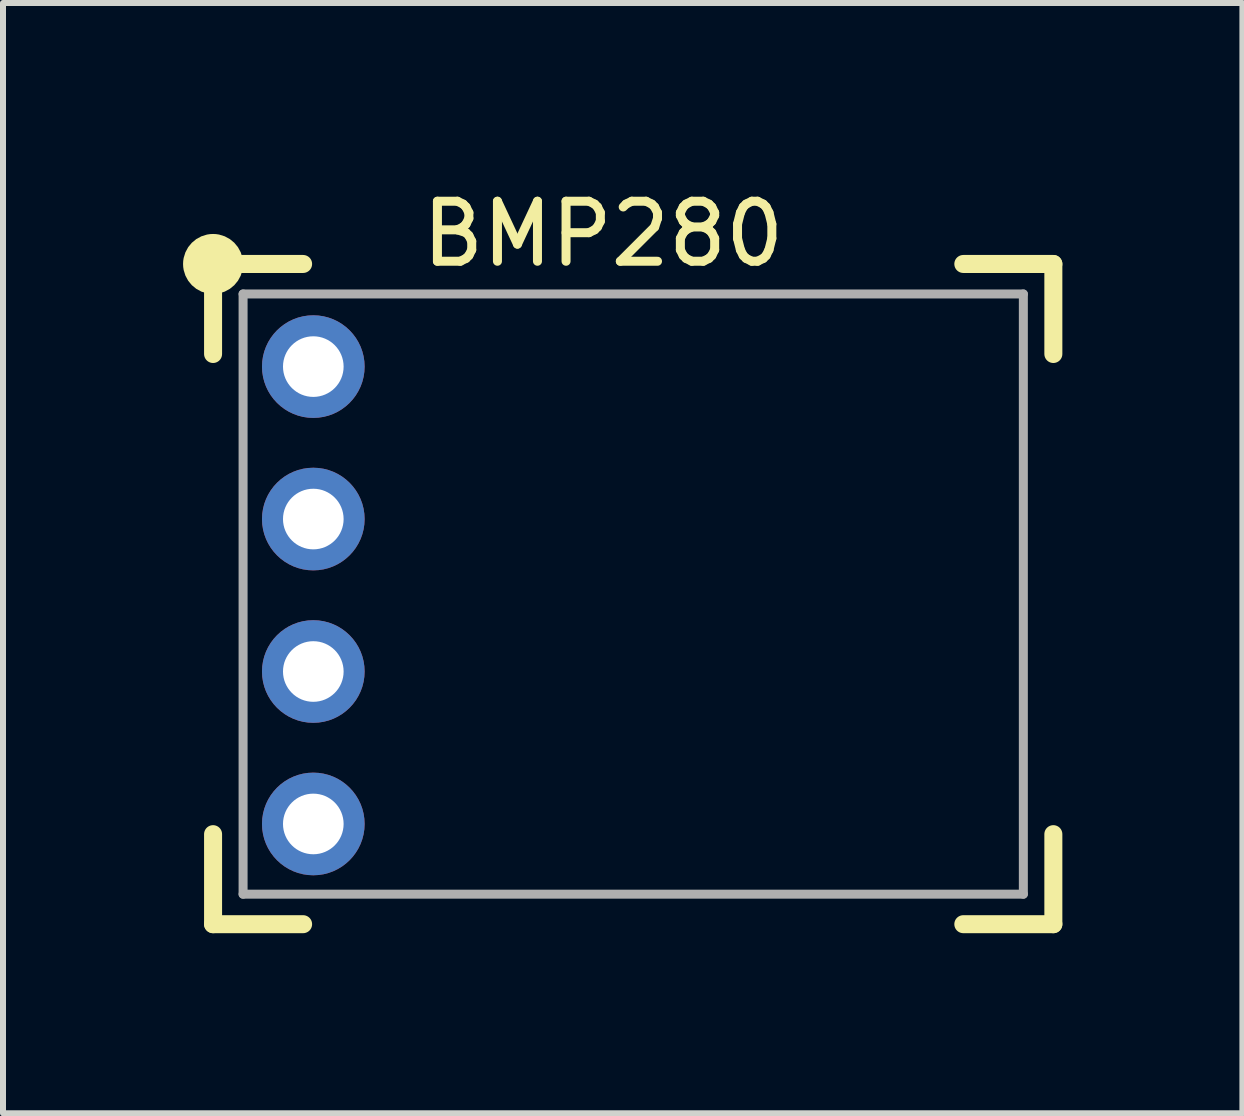
<source format=kicad_pcb>
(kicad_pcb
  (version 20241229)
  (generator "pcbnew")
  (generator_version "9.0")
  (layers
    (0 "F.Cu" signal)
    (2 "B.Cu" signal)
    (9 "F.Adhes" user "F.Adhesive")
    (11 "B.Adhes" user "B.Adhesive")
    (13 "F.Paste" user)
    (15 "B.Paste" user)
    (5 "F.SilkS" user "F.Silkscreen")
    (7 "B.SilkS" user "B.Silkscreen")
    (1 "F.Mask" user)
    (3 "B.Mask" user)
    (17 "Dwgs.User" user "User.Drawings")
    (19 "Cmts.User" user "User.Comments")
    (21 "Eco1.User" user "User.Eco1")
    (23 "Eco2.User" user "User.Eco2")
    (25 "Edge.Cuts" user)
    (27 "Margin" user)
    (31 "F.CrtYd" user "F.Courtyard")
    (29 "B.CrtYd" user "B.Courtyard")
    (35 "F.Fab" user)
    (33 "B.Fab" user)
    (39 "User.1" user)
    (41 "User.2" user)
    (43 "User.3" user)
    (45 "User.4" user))
  (footprint "BMP280"
    (layer "F.Cu")
    (at 8 6.848)
    (property "Reference" "BMP280" (at -1 -6 0) (layer "F.SilkS") (effects (font (size 1 1) (thickness 0.15))))
    (attr through_hole)
    (fp_line (start -7.5 -5.5) (end -7.5 -4) (stroke (width 0.3) (type solid)) (layer "F.SilkS"))
    (fp_line (start -7.5 -5.5) (end -6 -5.5) (stroke (width 0.3) (type solid)) (layer "F.SilkS"))
    (fp_line (start -7.5 4) (end -7.5 5.5) (stroke (width 0.3) (type solid)) (layer "F.SilkS"))
    (fp_line (start -6 5.5) (end -7.5 5.5) (stroke (width 0.3) (type solid)) (layer "F.SilkS"))
    (fp_line (start 5 -5.5) (end 6.5 -5.5) (stroke (width 0.3) (type solid)) (layer "F.SilkS"))
    (fp_line (start 6.5 -4) (end 6.5 -5.5) (stroke (width 0.3) (type solid)) (layer "F.SilkS"))
    (fp_line (start 6.5 5.5) (end 5 5.5) (stroke (width 0.3) (type solid)) (layer "F.SilkS"))
    (fp_line (start 6.5 5.5) (end 6.5 4) (stroke (width 0.3) (type solid)) (layer "F.SilkS"))
    (fp_circle (center -7.5 -5.5) (end -7.25 -5.5) (stroke (width 0.5) (type solid)) (fill no) (layer "F.SilkS"))
    (fp_line (start -7 -5) (end 6 -5) (stroke (width 0.15) (type solid)) (layer "F.Fab"))
    (fp_line (start -7 5) (end -7 -5) (stroke (width 0.15) (type solid)) (layer "F.Fab"))
    (fp_line (start 6 -5) (end 6 5) (stroke (width 0.15) (type solid)) (layer "F.Fab"))
    (fp_line (start 6 5) (end -7 5) (stroke (width 0.15) (type solid)) (layer "F.Fab"))
    (pad "1" thru_hole circle (at -5.83 -3.79) (size 1.71 1.71) (drill 1.01) (layers "*.Cu" "*.Mask"))
    (pad "2" thru_hole circle (at -5.83 -1.25) (size 1.71 1.71) (drill 1.01) (layers "*.Cu" "*.Mask"))
    (pad "3" thru_hole circle (at -5.83 1.29) (size 1.71 1.71) (drill 1.01) (layers "*.Cu" "*.Mask"))
    (pad "4" thru_hole circle (at -5.83 3.83) (size 1.71 1.71) (drill 1.01) (layers "*.Cu" "*.Mask")))
  (gr_rect
    (start -3 -3)
    (end 17.65 15.498)
    (stroke (width 0.1) (type default))
    (fill no)
    (layer "Edge.Cuts")))
</source>
